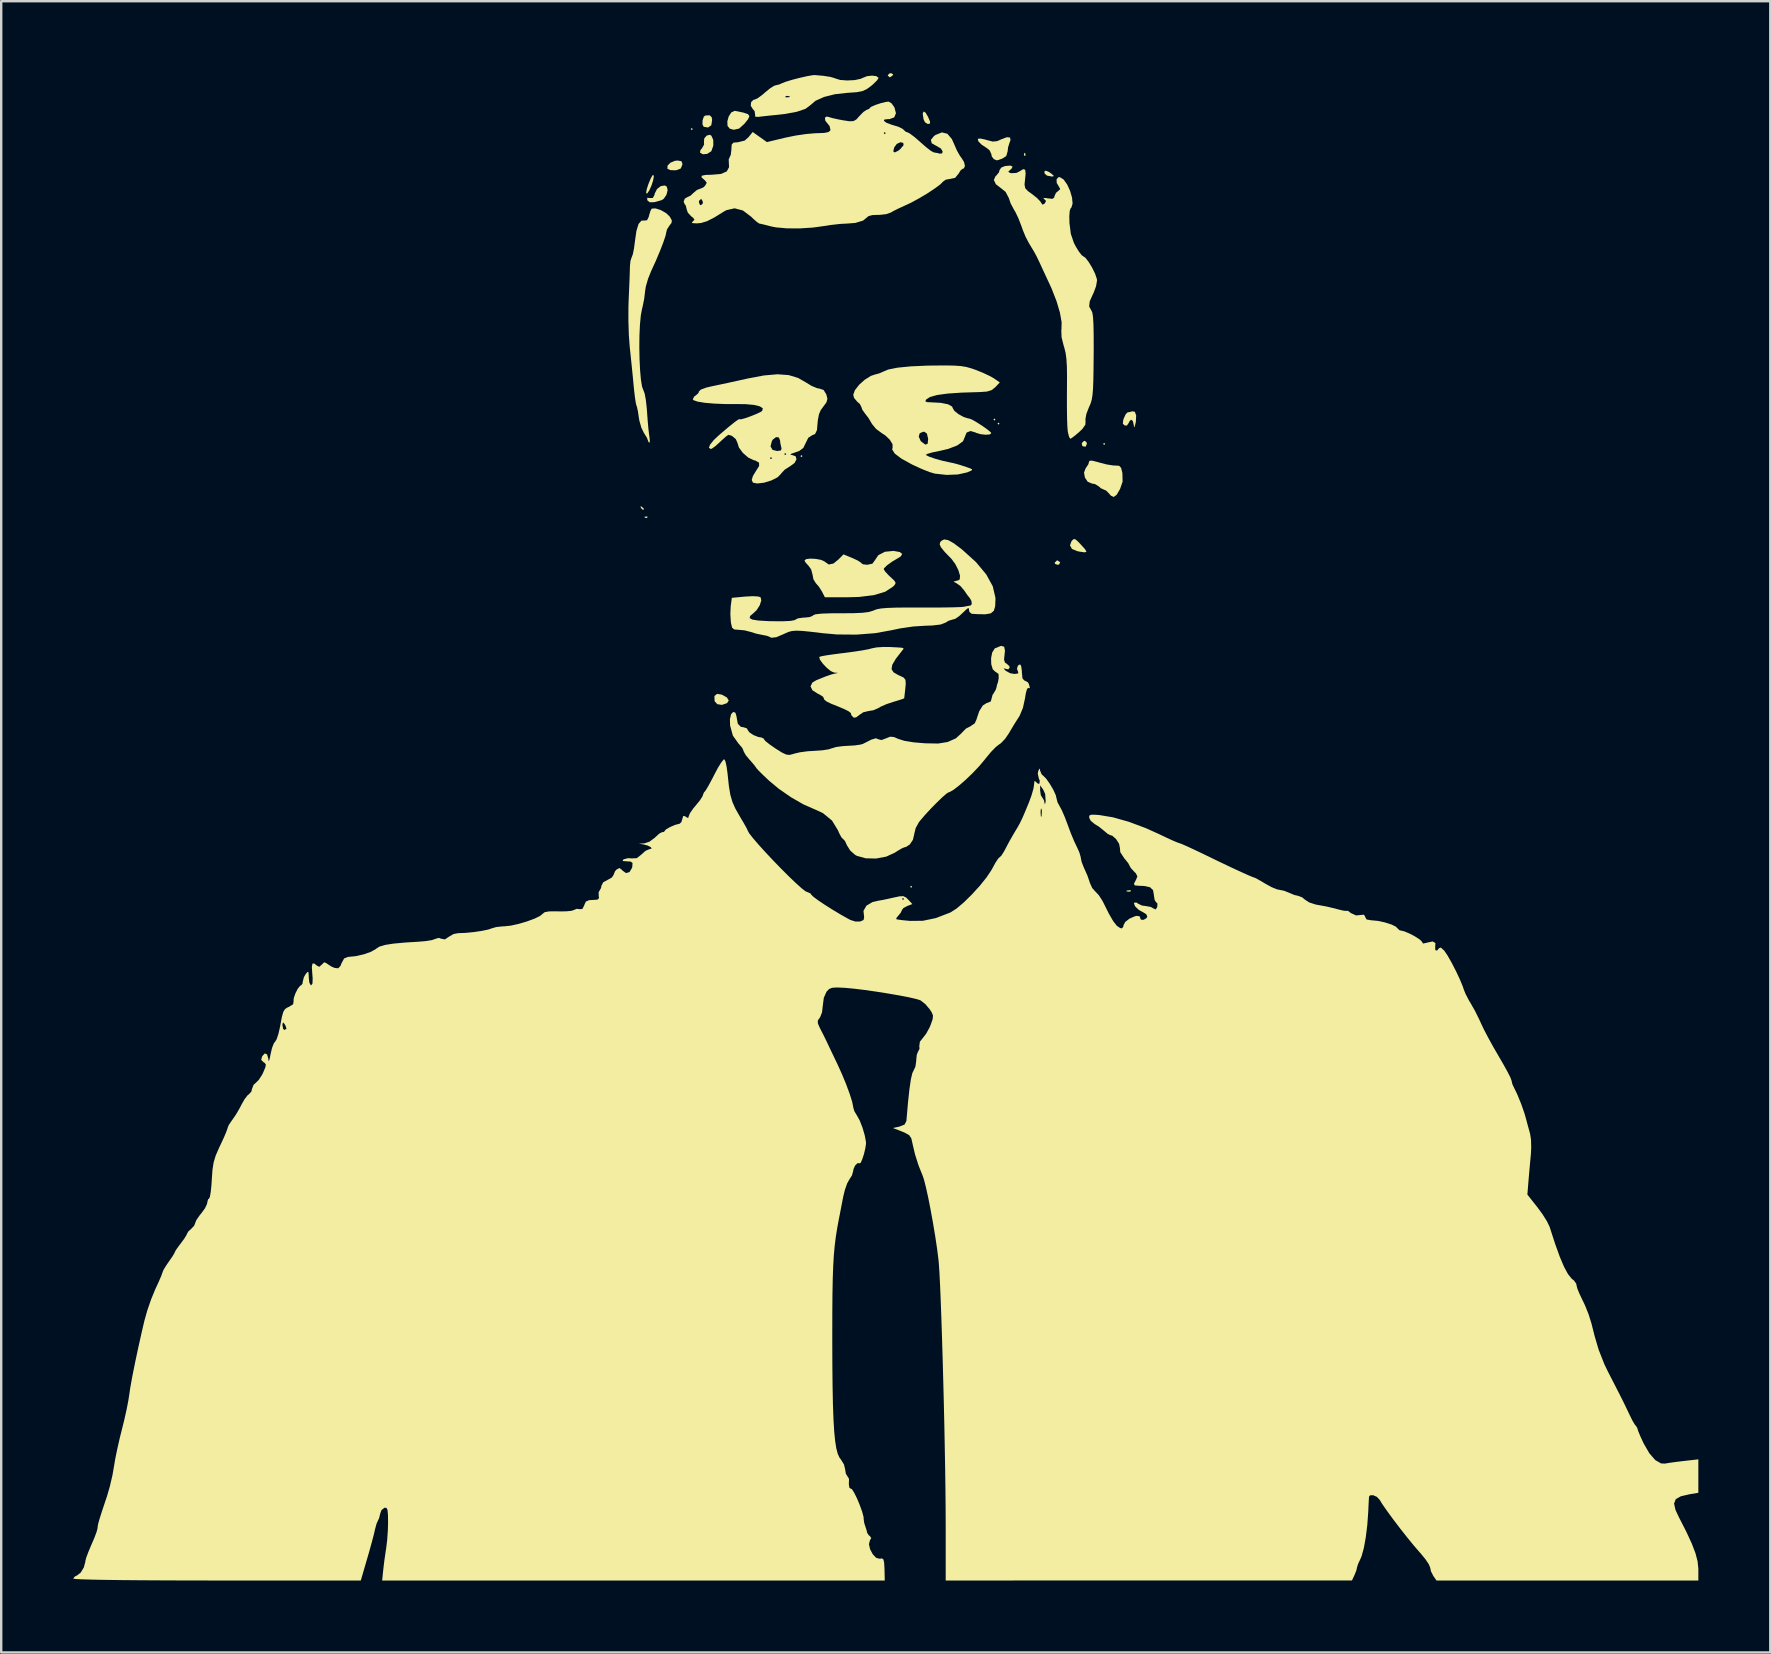
<source format=kicad_pcb>
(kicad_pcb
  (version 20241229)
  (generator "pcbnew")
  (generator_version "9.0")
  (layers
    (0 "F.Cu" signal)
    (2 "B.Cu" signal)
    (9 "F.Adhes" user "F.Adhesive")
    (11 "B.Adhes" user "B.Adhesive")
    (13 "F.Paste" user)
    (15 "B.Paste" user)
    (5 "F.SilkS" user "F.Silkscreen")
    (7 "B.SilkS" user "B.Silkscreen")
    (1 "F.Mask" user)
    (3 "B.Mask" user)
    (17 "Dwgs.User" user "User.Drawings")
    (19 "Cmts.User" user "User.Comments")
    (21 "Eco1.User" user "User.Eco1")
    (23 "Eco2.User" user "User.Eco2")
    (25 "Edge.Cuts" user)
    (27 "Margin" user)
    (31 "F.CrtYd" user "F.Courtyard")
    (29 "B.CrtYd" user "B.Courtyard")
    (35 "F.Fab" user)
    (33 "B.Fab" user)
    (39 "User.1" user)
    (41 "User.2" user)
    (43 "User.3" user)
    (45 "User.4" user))
  (footprint "A"
    (layer "F.Cu")
    (at 33.867 28.956)
    (property "Reference" "A" (at 0 0 0) (layer "F.SilkS") (effects (font (size 1.5 1.5) (thickness 0.3))))
    (attr board_only exclude_from_pos_files exclude_from_bom)
    (fp_poly (pts (xy -8.043 -26.628) (xy -8.086 -26.585) (xy -8.128 -26.628) (xy -8.086 -26.67)) (stroke (width 0) (type solid)) (fill yes) (layer "F.SilkS"))
    (fp_poly (pts (xy -3.471 -12.996) (xy -3.514 -12.954) (xy -3.556 -12.996) (xy -3.514 -13.039)) (stroke (width 0) (type solid)) (fill yes) (layer "F.SilkS"))
    (fp_poly (pts (xy 1.101 4.953) (xy 1.058 4.995) (xy 1.016 4.953) (xy 1.058 4.911)) (stroke (width 0) (type solid)) (fill yes) (layer "F.SilkS"))
    (fp_poly (pts (xy 4.572 -14.52) (xy 4.53 -14.478) (xy 4.487 -14.52) (xy 4.53 -14.563)) (stroke (width 0) (type solid)) (fill yes) (layer "F.SilkS"))
    (fp_poly (pts (xy 4.741 -14.351) (xy 4.699 -14.309) (xy 4.657 -14.351) (xy 4.699 -14.393)) (stroke (width 0) (type solid)) (fill yes) (layer "F.SilkS"))
    (fp_poly (pts (xy 9.144 -13.504) (xy 9.102 -13.462) (xy 9.059 -13.504) (xy 9.102 -13.547)) (stroke (width 0) (type solid)) (fill yes) (layer "F.SilkS"))
    (fp_poly (pts (xy -9.934 -10.47) (xy -9.946 -10.42) (xy -9.991 -10.414) (xy -10.06 -10.445) (xy -10.047 -10.47) (xy -9.947 -10.481)) (stroke (width 0) (type solid)) (fill yes) (layer "F.SilkS"))
    (fp_poly (pts (xy 5.814 -25.626) (xy 5.824 -25.525) (xy 5.814 -25.513) (xy 5.763 -25.525) (xy 5.757 -25.569) (xy 5.788 -25.639)) (stroke (width 0) (type solid)) (fill yes) (layer "F.SilkS"))
    (fp_poly (pts (xy 10.222 5.114) (xy 10.196 5.152) (xy 10.111 5.158) (xy 10.02 5.137) (xy 10.059 5.107) (xy 10.192 5.097)) (stroke (width 0) (type solid)) (fill yes) (layer "F.SilkS"))
    (fp_poly (pts (xy -10.173 -10.888) (xy -10.082 -10.803) (xy -10.101 -10.753) (xy -10.113 -10.753) (xy -10.184 -10.813) (xy -10.21 -10.85) (xy -10.22 -10.908)) (stroke (width 0) (type solid)) (fill yes) (layer "F.SilkS"))
    (fp_poly (pts (xy 0.304 -28.915) (xy 0.296 -28.871) (xy 0.188 -28.79) (xy 0.164 -28.787) (xy 0.087 -28.851) (xy 0.085 -28.871) (xy 0.154 -28.946) (xy 0.217 -28.956)) (stroke (width 0) (type solid)) (fill yes) (layer "F.SilkS"))
    (fp_poly (pts (xy 7.254 -8.583) (xy 7.265 -8.558) (xy 7.224 -8.48) (xy 7.154 -8.467) (xy 7.049 -8.51) (xy 7.044 -8.558) (xy 7.131 -8.645) (xy 7.154 -8.649)) (stroke (width 0) (type solid)) (fill yes) (layer "F.SilkS"))
    (fp_poly (pts (xy 8.373 -13.563) (xy 8.382 -13.504) (xy 8.33 -13.388) (xy 8.213 -13.408) (xy 8.187 -13.431) (xy 8.17 -13.537) (xy 8.255 -13.623) (xy 8.302 -13.631)) (stroke (width 0) (type solid)) (fill yes) (layer "F.SilkS"))
    (fp_poly (pts (xy -7.255 -27.12) (xy -7.236 -27.009) (xy -7.271 -26.786) (xy -7.406 -26.691) (xy -7.587 -26.722) (xy -7.639 -26.82) (xy -7.635 -26.988) (xy -7.585 -27.139) (xy -7.525 -27.191) (xy -7.336 -27.201)) (stroke (width 0) (type solid)) (fill yes) (layer "F.SilkS"))
    (fp_poly (pts (xy 1.661 -27.309) (xy 1.764 -27.132) (xy 1.844 -26.942) (xy 1.846 -26.859) (xy 1.767 -26.84) (xy 1.746 -26.839) (xy 1.635 -26.911) (xy 1.577 -27.03) (xy 1.54 -27.263) (xy 1.575 -27.36)) (stroke (width 0) (type solid)) (fill yes) (layer "F.SilkS"))
    (fp_poly (pts (xy 6.787 -24.846) (xy 6.905 -24.768) (xy 7.004 -24.675) (xy 6.96 -24.647) (xy 6.943 -24.647) (xy 6.755 -24.679) (xy 6.71 -24.694) (xy 6.618 -24.777) (xy 6.616 -24.867) (xy 6.672 -24.892)) (stroke (width 0) (type solid)) (fill yes) (layer "F.SilkS"))
    (fp_poly (pts (xy -6.838 -3.057) (xy -6.624 -2.939) (xy -6.544 -2.813) (xy -6.613 -2.702) (xy -6.614 -2.701) (xy -6.827 -2.628) (xy -7.021 -2.657) (xy -7.133 -2.779) (xy -7.134 -2.785) (xy -7.141 -2.996) (xy -7.032 -3.087)) (stroke (width 0) (type solid)) (fill yes) (layer "F.SilkS"))
    (fp_poly (pts (xy -9.667 -24.654) (xy -9.696 -24.484) (xy -9.766 -24.268) (xy -9.853 -24.075) (xy -9.944 -23.94) (xy -9.986 -23.953) (xy -9.987 -23.971) (xy -9.961 -24.122) (xy -9.894 -24.331) (xy -9.808 -24.54) (xy -9.73 -24.688) (xy -9.692 -24.723)) (stroke (width 0) (type solid)) (fill yes) (layer "F.SilkS"))
    (fp_poly (pts (xy 7.898 -9.532) (xy 8.02 -9.427) (xy 8.119 -9.323) (xy 8.306 -9.116) (xy 8.366 -9.01) (xy 8.289 -8.984) (xy 8.065 -9.018) (xy 7.986 -9.034) (xy 7.76 -9.127) (xy 7.678 -9.277) (xy 7.74 -9.445) (xy 7.819 -9.534)) (stroke (width 0) (type solid)) (fill yes) (layer "F.SilkS"))
    (fp_poly (pts (xy -8.517 -25.289) (xy -8.476 -25.183) (xy -8.482 -25.125) (xy -8.549 -24.979) (xy -8.725 -24.914) (xy -8.776 -24.908) (xy -8.979 -24.916) (xy -9.098 -24.97) (xy -9.099 -24.973) (xy -9.097 -25.101) (xy -8.976 -25.224) (xy -8.784 -25.304) (xy -8.678 -25.315)) (stroke (width 0) (type solid)) (fill yes) (layer "F.SilkS"))
    (fp_poly (pts (xy -6.273 -27.383) (xy -5.932 -27.313) (xy -5.741 -27.248) (xy -5.683 -27.164) (xy -5.739 -27.037) (xy -5.892 -26.846) (xy -6.113 -26.647) (xy -6.334 -26.598) (xy -6.498 -26.641) (xy -6.594 -26.757) (xy -6.603 -26.948) (xy -6.545 -27.155) (xy -6.437 -27.321) (xy -6.296 -27.386)) (stroke (width 0) (type solid)) (fill yes) (layer "F.SilkS"))
    (fp_poly (pts (xy -7.267 -26.351) (xy -7.189 -26.173) (xy -7.188 -25.934) (xy -7.262 -25.723) (xy -7.281 -25.697) (xy -7.438 -25.594) (xy -7.619 -25.575) (xy -7.741 -25.644) (xy -7.724 -25.752) (xy -7.659 -25.826) (xy -7.573 -25.98) (xy -7.578 -26.077) (xy -7.566 -26.234) (xy -7.467 -26.353) (xy -7.336 -26.388)) (stroke (width 0) (type solid)) (fill yes) (layer "F.SilkS"))
    (fp_poly (pts (xy -9.131 -24.233) (xy -9.09 -24.086) (xy -9.139 -23.891) (xy -9.25 -23.723) (xy -9.343 -23.663) (xy -9.65 -23.58) (xy -9.836 -23.575) (xy -9.93 -23.65) (xy -9.938 -23.668) (xy -9.944 -23.763) (xy -9.832 -23.752) (xy -9.709 -23.753) (xy -9.641 -23.88) (xy -9.625 -23.947) (xy -9.533 -24.129) (xy -9.376 -24.249) (xy -9.211 -24.276)) (stroke (width 0) (type solid)) (fill yes) (layer "F.SilkS"))
    (fp_poly (pts (xy 10.383 -14.842) (xy 10.437 -14.689) (xy 10.424 -14.436) (xy 10.407 -14.351) (xy 10.367 -14.204) (xy 10.345 -14.218) (xy 10.339 -14.283) (xy 10.298 -14.459) (xy 10.222 -14.516) (xy 10.148 -14.433) (xy 10.135 -14.392) (xy 10.05 -14.269) (xy 9.963 -14.272) (xy 9.882 -14.341) (xy 9.894 -14.484) (xy 9.921 -14.569) (xy 10.001 -14.742) (xy 10.075 -14.817) (xy 10.077 -14.817) (xy 10.212 -14.844) (xy 10.269 -14.864)) (stroke (width 0) (type solid)) (fill yes) (layer "F.SilkS"))
    (fp_poly (pts (xy 5.183 -26.272) (xy 5.198 -26.156) (xy 5.165 -26.078) (xy 5.098 -25.867) (xy 5.08 -25.7) (xy 5.022 -25.502) (xy 4.863 -25.398) (xy 4.699 -25.34) (xy 4.63 -25.322) (xy 4.55 -25.355) (xy 4.508 -25.371) (xy 4.419 -25.482) (xy 4.403 -25.573) (xy 4.334 -25.732) (xy 4.214 -25.834) (xy 3.997 -25.975) (xy 3.86 -26.114) (xy 3.836 -26.214) (xy 3.842 -26.222) (xy 3.947 -26.231) (xy 4.147 -26.189) (xy 4.219 -26.167) (xy 4.462 -26.105) (xy 4.648 -26.125) (xy 4.815 -26.199) (xy 5.049 -26.288)) (stroke (width 0) (type solid)) (fill yes) (layer "F.SilkS"))
    (fp_poly (pts (xy 8.813 -12.754) (xy 8.911 -12.725) (xy 9.207 -12.649) (xy 9.473 -12.607) (xy 9.581 -12.603) (xy 9.729 -12.592) (xy 9.809 -12.505) (xy 9.86 -12.298) (xy 9.863 -12.278) (xy 9.871 -11.932) (xy 9.765 -11.626) (xy 9.622 -11.382) (xy 9.5 -11.293) (xy 9.379 -11.351) (xy 9.314 -11.429) (xy 9.183 -11.561) (xy 9.093 -11.599) (xy 8.962 -11.658) (xy 8.89 -11.726) (xy 8.724 -11.829) (xy 8.592 -11.853) (xy 8.418 -11.926) (xy 8.301 -12.1) (xy 8.263 -12.31) (xy 8.332 -12.492) (xy 8.341 -12.502) (xy 8.445 -12.658) (xy 8.467 -12.744) (xy 8.493 -12.803) (xy 8.597 -12.807)) (stroke (width 0) (type solid)) (fill yes) (layer "F.SilkS"))
    (fp_poly (pts (xy 0.333 -9.043) (xy 0.585 -8.998) (xy 0.685 -8.92) (xy 0.626 -8.817) (xy 0.541 -8.762) (xy 0.269 -8.601) (xy 0.052 -8.444) (xy -0.071 -8.322) (xy -0.085 -8.286) (xy -0.027 -8.188) (xy 0.118 -8.03) (xy 0.191 -7.962) (xy 0.358 -7.805) (xy 0.412 -7.709) (xy 0.367 -7.622) (xy 0.296 -7.551) (xy -0.026 -7.343) (xy -0.497 -7.202) (xy -1.119 -7.126) (xy -1.622 -7.112) (xy -2.536 -7.112) (xy -2.659 -7.351) (xy -2.79 -7.559) (xy -2.915 -7.7) (xy -3.016 -7.864) (xy -3.048 -8.041) (xy -3.109 -8.273) (xy -3.217 -8.424) (xy -3.343 -8.562) (xy -3.387 -8.649) (xy -3.314 -8.704) (xy -3.136 -8.724) (xy -2.91 -8.711) (xy -2.696 -8.671) (xy -2.553 -8.607) (xy -2.54 -8.594) (xy -2.375 -8.479) (xy -2.183 -8.518) (xy -1.977 -8.683) (xy -1.761 -8.9) (xy -1.389 -8.747) (xy -1.17 -8.645) (xy -1.036 -8.559) (xy -1.016 -8.53) (xy -0.943 -8.485) (xy -0.768 -8.467) (xy -0.556 -8.513) (xy -0.465 -8.638) (xy -0.309 -8.867) (xy -0.036 -9.009) (xy 0.317 -9.044)) (stroke (width 0) (type solid)) (fill yes) (layer "F.SilkS"))
    (fp_poly (pts (xy -2.607 -28.847) (xy -2.309 -28.801) (xy -2.121 -28.746) (xy -2.106 -28.737) (xy -1.9 -28.674) (xy -1.605 -28.652) (xy -1.294 -28.668) (xy -1.04 -28.722) (xy -0.965 -28.758) (xy -0.784 -28.83) (xy -0.574 -28.854) (xy -0.394 -28.833) (xy -0.305 -28.767) (xy -0.303 -28.748) (xy -0.368 -28.651) (xy -0.525 -28.497) (xy -0.619 -28.417) (xy -0.798 -28.288) (xy -0.976 -28.208) (xy -1.208 -28.164) (xy -1.547 -28.14) (xy -1.599 -28.137) (xy -2.114 -28.08) (xy -2.569 -27.966) (xy -2.927 -27.806) (xy -3.151 -27.616) (xy -3.35 -27.468) (xy -3.709 -27.347) (xy -4.22 -27.254) (xy -4.53 -27.219) (xy -4.857 -27.187) (xy -5.138 -27.156) (xy -5.308 -27.135) (xy -5.441 -27.142) (xy -5.445 -27.231) (xy -5.466 -27.375) (xy -5.54 -27.459) (xy -5.626 -27.597) (xy -5.611 -27.752) (xy -5.508 -27.849) (xy -5.463 -27.855) (xy -5.343 -27.909) (xy -5.272 -27.96) (xy -4.197 -27.96) (xy -4.113 -27.947) (xy -4.004 -27.962) (xy -4.002 -27.991) (xy -4.116 -28.011) (xy -4.165 -27.998) (xy -4.197 -27.96) (xy -5.272 -27.96) (xy -5.154 -28.046) (xy -5.032 -28.152) (xy -4.826 -28.321) (xy -4.658 -28.428) (xy -4.597 -28.448) (xy -4.432 -28.488) (xy -4.338 -28.532) (xy -4.173 -28.598) (xy -3.902 -28.68) (xy -3.585 -28.762) (xy -3.28 -28.831) (xy -3.044 -28.872) (xy -2.963 -28.877)) (stroke (width 0) (type solid)) (fill yes) (layer "F.SilkS"))
    (fp_poly (pts (xy 0.177 -5.039) (xy 0.492 -5.023) (xy 0.669 -5.01) (xy 0.738 -4.988) (xy 0.732 -4.95) (xy 0.682 -4.889) (xy 0.417 -4.547) (xy 0.271 -4.298) (xy 0.241 -4.119) (xy 0.324 -3.985) (xy 0.518 -3.872) (xy 0.563 -3.853) (xy 0.74 -3.769) (xy 0.82 -3.675) (xy 0.833 -3.513) (xy 0.816 -3.325) (xy 0.79 -3.086) (xy 0.772 -2.931) (xy 0.768 -2.902) (xy 0.691 -2.87) (xy 0.498 -2.808) (xy 0.31 -2.752) (xy 0.024 -2.656) (xy -0.213 -2.552) (xy -0.304 -2.498) (xy -0.511 -2.405) (xy -0.71 -2.373) (xy -0.938 -2.319) (xy -1.091 -2.215) (xy -1.234 -2.108) (xy -1.333 -2.095) (xy -1.432 -2.191) (xy -1.439 -2.23) (xy -1.462 -2.293) (xy -1.549 -2.361) (xy -1.726 -2.45) (xy -2.019 -2.574) (xy -2.264 -2.671) (xy -2.467 -2.769) (xy -2.573 -2.858) (xy -2.576 -2.889) (xy -2.614 -2.967) (xy -2.768 -3.065) (xy -2.83 -3.093) (xy -3.058 -3.238) (xy -3.135 -3.402) (xy -3.058 -3.559) (xy -2.9 -3.653) (xy -2.666 -3.748) (xy -2.498 -3.816) (xy -2.271 -3.894) (xy -2.159 -3.923) (xy -1.99 -3.96) (xy -2.159 -3.976) (xy -2.294 -4.038) (xy -2.463 -4.177) (xy -2.625 -4.348) (xy -2.742 -4.51) (xy -2.772 -4.618) (xy -2.765 -4.629) (xy -2.666 -4.658) (xy -2.434 -4.699) (xy -2.105 -4.747) (xy -1.757 -4.79) (xy -1.35 -4.842) (xy -0.987 -4.897) (xy -0.712 -4.949) (xy -0.583 -4.983) (xy -0.383 -5.023) (xy -0.086 -5.042)) (stroke (width 0) (type solid)) (fill yes) (layer "F.SilkS"))
    (fp_poly (pts (xy -9.371 -23.247) (xy -9.153 -23.123) (xy -9.006 -22.983) (xy -8.917 -22.822) (xy -8.93 -22.713) (xy -9.006 -22.618) (xy -9.115 -22.45) (xy -9.144 -22.34) (xy -9.178 -22.179) (xy -9.272 -21.902) (xy -9.411 -21.543) (xy -9.581 -21.139) (xy -9.77 -20.726) (xy -9.777 -20.711) (xy -9.907 -20.387) (xy -10.001 -20.062) (xy -10.031 -19.865) (xy -10.068 -19.552) (xy -10.137 -19.212) (xy -10.158 -19.135) (xy -10.209 -18.859) (xy -10.245 -18.478) (xy -10.266 -18.025) (xy -10.271 -17.536) (xy -10.262 -17.044) (xy -10.24 -16.584) (xy -10.205 -16.189) (xy -10.158 -15.894) (xy -10.098 -15.734) (xy -10.097 -15.732) (xy -10.047 -15.597) (xy -10 -15.34) (xy -9.962 -15.005) (xy -9.951 -14.855) (xy -9.923 -14.477) (xy -9.892 -14.131) (xy -9.862 -13.877) (xy -9.853 -13.822) (xy -9.833 -13.636) (xy -9.85 -13.548) (xy -9.854 -13.547) (xy -9.904 -13.612) (xy -9.906 -13.635) (xy -9.952 -13.759) (xy -10.064 -13.939) (xy -10.074 -13.952) (xy -10.185 -14.177) (xy -10.27 -14.476) (xy -10.291 -14.6) (xy -10.328 -14.859) (xy -10.37 -15.048) (xy -10.389 -15.098) (xy -10.418 -15.214) (xy -10.455 -15.454) (xy -10.492 -15.775) (xy -10.505 -15.907) (xy -10.545 -16.33) (xy -10.596 -16.835) (xy -10.648 -17.338) (xy -10.669 -17.526) (xy -10.707 -18.028) (xy -10.726 -18.619) (xy -10.725 -19.221) (xy -10.715 -19.516) (xy -10.696 -19.959) (xy -10.679 -20.367) (xy -10.668 -20.696) (xy -10.662 -20.902) (xy -10.662 -20.91) (xy -10.64 -21.134) (xy -10.59 -21.285) (xy -10.585 -21.292) (xy -10.539 -21.417) (xy -10.492 -21.657) (xy -10.457 -21.93) (xy -10.392 -22.381) (xy -10.302 -22.673) (xy -10.184 -22.81) (xy -10.068 -22.815) (xy -9.951 -22.825) (xy -9.879 -22.966) (xy -9.865 -23.025) (xy -9.808 -23.214) (xy -9.752 -23.312) (xy -9.751 -23.312) (xy -9.593 -23.319)) (stroke (width 0) (type solid)) (fill yes) (layer "F.SilkS"))
    (fp_poly (pts (xy 2.843 -16.769) (xy 3.125 -16.75) (xy 3.354 -16.712) (xy 3.569 -16.652) (xy 3.742 -16.592) (xy 4.06 -16.464) (xy 4.348 -16.328) (xy 4.514 -16.232) (xy 4.753 -16.067) (xy 4.567 -15.87) (xy 4.415 -15.748) (xy 4.217 -15.686) (xy 3.911 -15.665) (xy 3.905 -15.665) (xy 3.159 -15.642) (xy 2.572 -15.602) (xy 2.136 -15.542) (xy 1.844 -15.461) (xy 1.686 -15.358) (xy 1.648 -15.278) (xy 1.733 -15.244) (xy 1.873 -15.239) (xy 2.293 -15.216) (xy 2.597 -15.155) (xy 2.766 -15.06) (xy 2.794 -14.991) (xy 2.864 -14.877) (xy 3.034 -14.743) (xy 3.246 -14.627) (xy 3.439 -14.565) (xy 3.475 -14.563) (xy 3.591 -14.519) (xy 3.785 -14.409) (xy 4.011 -14.265) (xy 4.22 -14.118) (xy 4.364 -13.999) (xy 4.401 -13.949) (xy 4.331 -13.899) (xy 4.161 -13.887) (xy 3.953 -13.91) (xy 3.771 -13.964) (xy 3.735 -13.983) (xy 3.533 -14.042) (xy 3.37 -13.978) (xy 3.302 -13.813) (xy 3.302 -13.809) (xy 3.22 -13.615) (xy 2.982 -13.442) (xy 2.602 -13.296) (xy 2.22 -13.208) (xy 1.934 -13.148) (xy 1.737 -13.091) (xy 1.666 -13.048) (xy 1.669 -13.042) (xy 1.814 -12.971) (xy 2.066 -12.884) (xy 2.367 -12.801) (xy 2.625 -12.744) (xy 2.856 -12.695) (xy 3.093 -12.629) (xy 3.402 -12.526) (xy 3.514 -12.487) (xy 3.604 -12.441) (xy 3.567 -12.392) (xy 3.387 -12.316) (xy 3.387 -12.316) (xy 3.004 -12.231) (xy 2.535 -12.213) (xy 2.049 -12.266) (xy 2.03 -12.27) (xy 1.815 -12.335) (xy 1.508 -12.457) (xy 1.166 -12.613) (xy 1.071 -12.66) (xy 0.644 -12.897) (xy 0.376 -13.101) (xy 0.268 -13.271) (xy 0.285 -13.359) (xy 0.281 -13.497) (xy 0.168 -13.679) (xy 0.033 -13.808) (xy 1.375 -13.808) (xy 1.453 -13.632) (xy 1.483 -13.599) (xy 1.649 -13.476) (xy 1.744 -13.507) (xy 1.766 -13.691) (xy 1.762 -13.737) (xy 1.715 -13.937) (xy 1.61 -14.009) (xy 1.567 -14.012) (xy 1.417 -13.952) (xy 1.375 -13.808) (xy 0.033 -13.808) (xy -0.021 -13.86) (xy -0.173 -13.959) (xy -0.401 -14.126) (xy -0.571 -14.331) (xy -0.585 -14.356) (xy -0.724 -14.59) (xy -0.86 -14.765) (xy -0.977 -14.93) (xy -1.016 -15.044) (xy -1.081 -15.171) (xy -1.185 -15.26) (xy -1.32 -15.418) (xy -1.355 -15.553) (xy -1.286 -15.744) (xy -1.111 -15.968) (xy -0.875 -16.18) (xy -0.623 -16.337) (xy -0.479 -16.388) (xy -0.266 -16.446) (xy -0.127 -16.507) (xy -0.127 -16.508) (xy 0.102 -16.605) (xy 0.491 -16.682) (xy 1.032 -16.736) (xy 1.717 -16.767) (xy 1.964 -16.771) (xy 2.469 -16.775)) (stroke (width 0) (type solid)) (fill yes) (layer "F.SilkS"))
    (fp_poly (pts (xy -4.046 -16.373) (xy -3.653 -16.254) (xy -3.337 -16.072) (xy -3.09 -15.922) (xy -2.863 -15.827) (xy -2.771 -15.812) (xy -2.592 -15.753) (xy -2.477 -15.567) (xy -2.431 -15.384) (xy -2.474 -15.233) (xy -2.596 -15.069) (xy -2.711 -14.911) (xy -2.785 -14.736) (xy -2.831 -14.494) (xy -2.863 -14.137) (xy -2.867 -14.082) (xy -2.947 -13.915) (xy -3.059 -13.87) (xy -3.23 -13.76) (xy -3.334 -13.549) (xy -3.435 -13.338) (xy -3.602 -13.213) (xy -3.768 -13.153) (xy -3.952 -13.088) (xy -3.971 -13.052) (xy -3.916 -13.045) (xy -3.757 -12.99) (xy -3.72 -12.866) (xy -3.799 -12.714) (xy -3.985 -12.574) (xy -4.005 -12.564) (xy -4.216 -12.428) (xy -4.357 -12.273) (xy -4.365 -12.259) (xy -4.505 -12.116) (xy -4.758 -11.985) (xy -5.064 -11.89) (xy -5.355 -11.855) (xy -5.535 -11.889) (xy -5.586 -12.002) (xy -5.535 -12.171) (xy -5.419 -12.361) (xy -5.28 -12.58) (xy -5.28 -12.721) (xy -5.425 -12.807) (xy -5.501 -12.826) (xy -5.682 -12.912) (xy -4.826 -12.912) (xy -4.784 -12.869) (xy -4.741 -12.912) (xy -4.784 -12.954) (xy -4.826 -12.912) (xy -5.682 -12.912) (xy -5.732 -12.935) (xy -5.899 -13.081) (xy -4.233 -13.081) (xy -4.191 -13.039) (xy -4.149 -13.081) (xy -4.191 -13.123) (xy -4.233 -13.081) (xy -5.899 -13.081) (xy -5.956 -13.13) (xy -6.122 -13.358) (xy -6.136 -13.403) (xy -4.804 -13.403) (xy -4.72 -13.256) (xy -4.523 -13.208) (xy -4.366 -13.233) (xy -4.344 -13.321) (xy -4.351 -13.342) (xy -4.396 -13.544) (xy -4.403 -13.638) (xy -4.454 -13.772) (xy -4.572 -13.788) (xy -4.704 -13.688) (xy -4.745 -13.625) (xy -4.804 -13.403) (xy -6.136 -13.403) (xy -6.181 -13.55) (xy -6.25 -13.705) (xy -6.407 -13.838) (xy -6.555 -13.885) (xy -6.637 -13.831) (xy -6.795 -13.693) (xy -6.906 -13.589) (xy -7.096 -13.418) (xy -7.243 -13.311) (xy -7.289 -13.293) (xy -7.37 -13.34) (xy -7.325 -13.471) (xy -7.165 -13.668) (xy -6.956 -13.865) (xy -6.576 -14.189) (xy -6.302 -14.411) (xy -6.141 -14.524) (xy -6.096 -14.533) (xy -6.027 -14.53) (xy -5.854 -14.578) (xy -5.629 -14.657) (xy -5.401 -14.749) (xy -5.221 -14.834) (xy -5.151 -14.881) (xy -5.123 -14.984) (xy -5.243 -15.068) (xy -5.493 -15.13) (xy -5.851 -15.162) (xy -6.132 -15.164) (xy -6.665 -15.165) (xy -7.146 -15.184) (xy -7.547 -15.219) (xy -7.845 -15.268) (xy -8.014 -15.328) (xy -8.043 -15.368) (xy -7.975 -15.49) (xy -7.916 -15.525) (xy -7.804 -15.628) (xy -7.789 -15.686) (xy -7.709 -15.768) (xy -7.481 -15.852) (xy -7.26 -15.904) (xy -6.954 -15.968) (xy -6.543 -16.056) (xy -6.088 -16.156) (xy -5.763 -16.228) (xy -5.076 -16.358) (xy -4.512 -16.407)) (stroke (width 0) (type solid)) (fill yes) (layer "F.SilkS"))
    (fp_poly (pts (xy 2.597 -9.496) (xy 2.829 -9.367) (xy 3.152 -9.125) (xy 3.181 -9.102) (xy 3.76 -8.579) (xy 4.187 -8.067) (xy 4.459 -7.572) (xy 4.569 -7.102) (xy 4.572 -7.023) (xy 4.56 -6.737) (xy 4.504 -6.549) (xy 4.378 -6.443) (xy 4.153 -6.403) (xy 3.802 -6.41) (xy 3.577 -6.426) (xy 3.486 -6.504) (xy 3.471 -6.578) (xy 3.457 -6.666) (xy 3.389 -6.635) (xy 3.306 -6.556) (xy 3.064 -6.33) (xy 2.895 -6.213) (xy 2.771 -6.181) (xy 2.618 -6.133) (xy 2.493 -6.056) (xy 2.291 -5.978) (xy 1.937 -5.936) (xy 1.651 -5.927) (xy 1.147 -5.895) (xy 0.596 -5.815) (xy 0.254 -5.742) (xy -0.436 -5.617) (xy -1.22 -5.556) (xy -2.032 -5.563) (xy -2.625 -5.615) (xy -3.114 -5.674) (xy -3.469 -5.71) (xy -3.722 -5.721) (xy -3.907 -5.707) (xy -4.057 -5.668) (xy -4.205 -5.603) (xy -4.236 -5.587) (xy -4.559 -5.449) (xy -4.769 -5.425) (xy -4.843 -5.464) (xy -4.951 -5.506) (xy -5.132 -5.541) (xy -5.404 -5.598) (xy -5.615 -5.665) (xy -5.879 -5.733) (xy -6.133 -5.757) (xy -6.314 -5.771) (xy -6.404 -5.846) (xy -6.448 -6.029) (xy -6.458 -6.096) (xy -6.477 -6.417) (xy -6.462 -6.74) (xy -6.459 -6.762) (xy -6.415 -7.089) (xy -5.856 -7.142) (xy -5.546 -7.158) (xy -5.315 -7.145) (xy -5.216 -7.113) (xy -5.188 -6.979) (xy -5.251 -6.782) (xy -5.378 -6.58) (xy -5.509 -6.455) (xy -5.651 -6.334) (xy -5.672 -6.245) (xy -5.562 -6.183) (xy -5.309 -6.143) (xy -4.902 -6.119) (xy -4.748 -6.115) (xy -4.311 -6.112) (xy -3.989 -6.126) (xy -3.804 -6.157) (xy -3.769 -6.178) (xy -3.657 -6.234) (xy -3.446 -6.264) (xy -3.389 -6.265) (xy -3.172 -6.287) (xy -3.042 -6.342) (xy -3.031 -6.359) (xy -2.931 -6.403) (xy -2.664 -6.432) (xy -2.231 -6.446) (xy -1.872 -6.446) (xy -1.351 -6.449) (xy -0.973 -6.466) (xy -0.708 -6.499) (xy -0.53 -6.552) (xy -0.498 -6.567) (xy -0.375 -6.613) (xy -0.196 -6.646) (xy 0.065 -6.668) (xy 0.429 -6.681) (xy 0.921 -6.686) (xy 1.419 -6.685) (xy 1.944 -6.684) (xy 2.419 -6.687) (xy 2.815 -6.694) (xy 3.103 -6.704) (xy 3.253 -6.716) (xy 3.26 -6.718) (xy 3.45 -6.757) (xy 3.532 -6.767) (xy 3.586 -6.833) (xy 3.567 -6.97) (xy 3.488 -7.101) (xy 3.476 -7.112) (xy 3.399 -7.207) (xy 3.282 -7.379) (xy 3.274 -7.392) (xy 3.111 -7.583) (xy 2.937 -7.704) (xy 2.827 -7.76) (xy 2.873 -7.783) (xy 2.895 -7.784) (xy 3.045 -7.828) (xy 3.084 -7.864) (xy 3.095 -8.016) (xy 3.025 -8.246) (xy 2.898 -8.497) (xy 2.739 -8.713) (xy 2.72 -8.732) (xy 2.457 -9.003) (xy 2.305 -9.189) (xy 2.247 -9.315) (xy 2.269 -9.409) (xy 2.31 -9.459) (xy 2.432 -9.524)) (stroke (width 0) (type solid)) (fill yes) (layer "F.SilkS"))
    (fp_poly (pts (xy 5.287 -25.062) (xy 5.237 -24.969) (xy 5.2 -24.939) (xy 5.106 -24.854) (xy 5.162 -24.807) (xy 5.233 -24.787) (xy 5.442 -24.798) (xy 5.563 -24.856) (xy 5.727 -24.956) (xy 5.811 -24.932) (xy 5.83 -24.769) (xy 5.809 -24.566) (xy 5.784 -24.315) (xy 5.812 -24.163) (xy 5.926 -24.041) (xy 6.088 -23.924) (xy 6.298 -23.759) (xy 6.443 -23.609) (xy 6.473 -23.558) (xy 6.54 -23.473) (xy 6.627 -23.527) (xy 6.681 -23.631) (xy 6.603 -23.71) (xy 6.565 -23.756) (xy 6.681 -23.751) (xy 6.752 -23.738) (xy 6.946 -23.719) (xy 7.021 -23.77) (xy 7.027 -23.819) (xy 7.094 -23.968) (xy 7.176 -24.036) (xy 7.273 -24.124) (xy 7.219 -24.225) (xy 7.218 -24.226) (xy 7.124 -24.384) (xy 7.12 -24.536) (xy 7.198 -24.621) (xy 7.258 -24.622) (xy 7.414 -24.523) (xy 7.561 -24.316) (xy 7.683 -24.049) (xy 7.764 -23.768) (xy 7.787 -23.521) (xy 7.736 -23.353) (xy 7.706 -23.327) (xy 7.668 -23.221) (xy 7.65 -22.992) (xy 7.656 -22.708) (xy 7.714 -22.255) (xy 7.841 -21.883) (xy 7.916 -21.738) (xy 8.053 -21.515) (xy 8.167 -21.369) (xy 8.214 -21.336) (xy 8.319 -21.265) (xy 8.458 -21.086) (xy 8.603 -20.847) (xy 8.725 -20.597) (xy 8.797 -20.384) (xy 8.805 -20.315) (xy 8.765 -20.077) (xy 8.664 -19.805) (xy 8.636 -19.749) (xy 8.501 -19.447) (xy 8.478 -19.232) (xy 8.565 -19.071) (xy 8.572 -19.062) (xy 8.61 -18.976) (xy 8.638 -18.793) (xy 8.656 -18.496) (xy 8.665 -18.07) (xy 8.667 -17.499) (xy 8.665 -17.184) (xy 8.659 -16.584) (xy 8.651 -16.127) (xy 8.637 -15.787) (xy 8.616 -15.536) (xy 8.585 -15.349) (xy 8.541 -15.199) (xy 8.482 -15.059) (xy 8.466 -15.026) (xy 8.36 -14.753) (xy 8.32 -14.525) (xy 8.327 -14.459) (xy 8.319 -14.306) (xy 8.199 -14.133) (xy 8.061 -14) (xy 7.869 -13.839) (xy 7.729 -13.737) (xy 7.691 -13.72) (xy 7.643 -13.792) (xy 7.595 -13.975) (xy 7.585 -14.034) (xy 7.569 -14.226) (xy 7.557 -14.551) (xy 7.551 -14.971) (xy 7.55 -15.449) (xy 7.552 -15.748) (xy 7.555 -16.308) (xy 7.549 -16.731) (xy 7.529 -17.051) (xy 7.495 -17.3) (xy 7.443 -17.511) (xy 7.418 -17.589) (xy 7.327 -17.952) (xy 7.316 -18.244) (xy 7.323 -18.284) (xy 7.33 -18.577) (xy 7.258 -18.98) (xy 7.116 -19.458) (xy 6.913 -19.977) (xy 6.826 -20.169) (xy 6.668 -20.507) (xy 6.52 -20.826) (xy 6.411 -21.063) (xy 6.402 -21.082) (xy 6.284 -21.327) (xy 6.173 -21.531) (xy 6.163 -21.548) (xy 5.964 -21.877) (xy 5.827 -22.14) (xy 5.716 -22.408) (xy 5.647 -22.603) (xy 5.531 -22.902) (xy 5.405 -23.167) (xy 5.337 -23.28) (xy 5.204 -23.53) (xy 5.131 -23.749) (xy 4.994 -24.009) (xy 4.822 -24.148) (xy 4.591 -24.326) (xy 4.505 -24.502) (xy 4.571 -24.657) (xy 4.601 -24.681) (xy 4.718 -24.824) (xy 4.741 -24.913) (xy 4.816 -25.023) (xy 4.974 -25.086) (xy 5.194 -25.105)) (stroke (width 0) (type solid)) (fill yes) (layer "F.SilkS"))
    (fp_poly (pts (xy 4.935 -5.053) (xy 4.969 -4.883) (xy 4.953 -4.742) (xy 4.93 -4.509) (xy 4.969 -4.39) (xy 5.03 -4.351) (xy 5.147 -4.248) (xy 5.165 -4.185) (xy 5.108 -4.109) (xy 5.016 -4.125) (xy 4.917 -4.155) (xy 4.949 -4.101) (xy 5 -4.049) (xy 5.182 -3.948) (xy 5.366 -3.916) (xy 5.522 -3.938) (xy 5.516 -4) (xy 5.469 -4.131) (xy 5.509 -4.266) (xy 5.597 -4.318) (xy 5.644 -4.243) (xy 5.671 -4.055) (xy 5.673 -3.979) (xy 5.697 -3.736) (xy 5.773 -3.643) (xy 5.791 -3.641) (xy 5.92 -3.572) (xy 5.96 -3.507) (xy 6.008 -3.349) (xy 5.973 -3.319) (xy 5.936 -3.338) (xy 5.887 -3.288) (xy 5.837 -3.11) (xy 5.803 -2.899) (xy 5.718 -2.506) (xy 5.579 -2.172) (xy 5.544 -2.117) (xy 5.374 -1.851) (xy 5.191 -1.546) (xy 5.137 -1.452) (xy 4.974 -1.213) (xy 4.8 -1.031) (xy 4.73 -0.984) (xy 4.584 -0.87) (xy 4.381 -0.66) (xy 4.159 -0.393) (xy 4.116 -0.337) (xy 3.897 -0.075) (xy 3.627 0.209) (xy 3.338 0.487) (xy 3.058 0.732) (xy 2.82 0.915) (xy 2.653 1.009) (xy 2.62 1.016) (xy 2.526 1.074) (xy 2.351 1.228) (xy 2.124 1.447) (xy 1.877 1.699) (xy 1.64 1.955) (xy 1.444 2.183) (xy 1.376 2.27) (xy 1.246 2.51) (xy 1.186 2.754) (xy 1.185 2.773) (xy 1.131 2.997) (xy 1 3.192) (xy 0.836 3.297) (xy 0.796 3.302) (xy 0.684 3.346) (xy 0.49 3.458) (xy 0.381 3.53) (xy 0.022 3.696) (xy -0.404 3.776) (xy -0.832 3.767) (xy -1.201 3.665) (xy -1.276 3.625) (xy -1.481 3.444) (xy -1.619 3.223) (xy -1.622 3.216) (xy -1.703 3.04) (xy -1.777 2.964) (xy -1.779 2.963) (xy -1.849 2.892) (xy -1.945 2.711) (xy -1.99 2.603) (xy -2.239 2.195) (xy -2.62 1.882) (xy -2.949 1.731) (xy -3.423 1.524) (xy -3.946 1.224) (xy -4.461 0.867) (xy -4.86 0.535) (xy -5.101 0.308) (xy -5.29 0.121) (xy -5.394 0.006) (xy -5.404 -0.011) (xy -5.475 -0.111) (xy -5.619 -0.28) (xy -5.679 -0.345) (xy -5.833 -0.532) (xy -5.92 -0.682) (xy -5.927 -0.714) (xy -5.984 -0.838) (xy -6.122 -1.001) (xy -6.136 -1.014) (xy -6.373 -1.347) (xy -6.488 -1.771) (xy -6.495 -2.032) (xy -6.446 -2.24) (xy -6.357 -2.333) (xy -6.267 -2.302) (xy -6.216 -2.134) (xy -6.215 -2.108) (xy -6.167 -1.842) (xy -6.041 -1.713) (xy -5.922 -1.693) (xy -5.787 -1.648) (xy -5.757 -1.587) (xy -5.685 -1.483) (xy -5.516 -1.371) (xy -5.314 -1.29) (xy -5.19 -1.27) (xy -5.089 -1.226) (xy -5.08 -1.197) (xy -5.014 -1.118) (xy -4.841 -0.98) (xy -4.599 -0.812) (xy -4.593 -0.808) (xy -4.328 -0.642) (xy -4.151 -0.558) (xy -4.011 -0.542) (xy -3.857 -0.581) (xy -3.817 -0.595) (xy -3.576 -0.652) (xy -3.245 -0.696) (xy -2.97 -0.712) (xy -2.654 -0.733) (xy -2.387 -0.774) (xy -2.244 -0.819) (xy -2.067 -0.872) (xy -1.792 -0.909) (xy -1.587 -0.921) (xy -1.292 -0.938) (xy -1.051 -0.973) (xy -0.952 -1.002) (xy -0.76 -1.098) (xy -0.604 -1.179) (xy -0.407 -1.237) (xy -0.316 -1.197) (xy -0.178 -1.162) (xy 0.004 -1.23) (xy 0.186 -1.302) (xy 0.348 -1.286) (xy 0.51 -1.214) (xy 0.771 -1.131) (xy 1.159 -1.067) (xy 1.632 -1.027) (xy 2.149 -1.017) (xy 2.191 -1.018) (xy 2.579 -1.08) (xy 2.923 -1.234) (xy 3.164 -1.453) (xy 3.173 -1.467) (xy 3.344 -1.64) (xy 3.517 -1.729) (xy 3.709 -1.858) (xy 3.778 -2.012) (xy 3.895 -2.362) (xy 4.045 -2.603) (xy 4.209 -2.707) (xy 4.236 -2.709) (xy 4.377 -2.771) (xy 4.403 -2.862) (xy 4.45 -3.042) (xy 4.493 -3.105) (xy 4.587 -3.263) (xy 4.614 -3.354) (xy 4.644 -3.486) (xy 4.657 -3.514) (xy 4.679 -3.586) (xy 4.707 -3.736) (xy 4.702 -3.916) (xy 4.588 -3.999) (xy 4.574 -4.003) (xy 4.459 -4.111) (xy 4.397 -4.321) (xy 4.39 -4.573) (xy 4.436 -4.81) (xy 4.537 -4.973) (xy 4.566 -4.992) (xy 4.804 -5.087)) (stroke (width 0) (type solid)) (fill yes) (layer "F.SilkS"))
    (fp_poly (pts (xy 0.239 -27.702) (xy 0.359 -27.535) (xy 0.362 -27.53) (xy 0.425 -27.285) (xy 0.352 -27.113) (xy 0.158 -27.042) (xy 0.109 -27.042) (xy -0.056 -27.026) (xy -0.078 -26.969) (xy 0.028 -26.89) (xy 0.246 -26.807) (xy 0.311 -26.789) (xy 0.551 -26.712) (xy 0.711 -26.631) (xy 0.745 -26.594) (xy 0.845 -26.506) (xy 0.884 -26.501) (xy 0.995 -26.446) (xy 1.188 -26.303) (xy 1.422 -26.101) (xy 1.448 -26.077) (xy 1.683 -25.871) (xy 1.879 -25.72) (xy 1.997 -25.655) (xy 2.003 -25.654) (xy 2.168 -25.625) (xy 2.237 -25.603) (xy 2.349 -25.611) (xy 2.371 -25.692) (xy 2.297 -25.818) (xy 2.117 -25.921) (xy 1.915 -26.036) (xy 1.88 -26.177) (xy 2.012 -26.337) (xy 2.074 -26.381) (xy 2.342 -26.488) (xy 2.569 -26.43) (xy 2.756 -26.208) (xy 2.843 -26.014) (xy 2.963 -25.739) (xy 3.094 -25.507) (xy 3.147 -25.437) (xy 3.261 -25.257) (xy 3.3 -25.09) (xy 3.257 -24.987) (xy 3.216 -24.977) (xy 3.121 -24.908) (xy 3.033 -24.765) (xy 2.891 -24.594) (xy 2.7 -24.553) (xy 2.503 -24.517) (xy 2.396 -24.444) (xy 2.272 -24.32) (xy 2.037 -24.146) (xy 1.731 -23.944) (xy 1.393 -23.742) (xy 1.063 -23.563) (xy 0.844 -23.46) (xy 0.561 -23.331) (xy 0.32 -23.211) (xy 0.213 -23.149) (xy 0.021 -23.081) (xy -0.246 -23.051) (xy -0.323 -23.051) (xy -0.56 -23.041) (xy -0.72 -22.998) (xy -0.746 -22.976) (xy -0.944 -22.813) (xy -1.269 -22.715) (xy -1.582 -22.69) (xy -1.904 -22.673) (xy -2.284 -22.63) (xy -2.498 -22.596) (xy -3.029 -22.522) (xy -3.589 -22.486) (xy -4.125 -22.489) (xy -4.582 -22.53) (xy -4.784 -22.571) (xy -5.036 -22.636) (xy -5.217 -22.678) (xy -5.268 -22.687) (xy -5.358 -22.744) (xy -5.52 -22.885) (xy -5.612 -22.975) (xy -5.956 -23.234) (xy -6.301 -23.324) (xy -6.644 -23.246) (xy -6.766 -23.177) (xy -7.154 -22.936) (xy -7.452 -22.786) (xy -7.698 -22.712) (xy -7.874 -22.696) (xy -8.055 -22.705) (xy -8.083 -22.742) (xy -8.043 -22.774) (xy -7.972 -22.848) (xy -8.031 -22.932) (xy -8.107 -22.989) (xy -8.25 -23.144) (xy -8.297 -23.283) (xy -8.335 -23.442) (xy -8.378 -23.493) (xy -8.416 -23.58) (xy -7.789 -23.58) (xy -7.744 -23.467) (xy -7.705 -23.453) (xy -7.63 -23.521) (xy -7.62 -23.58) (xy -7.666 -23.692) (xy -7.705 -23.707) (xy -7.78 -23.638) (xy -7.789 -23.58) (xy -8.416 -23.58) (xy -8.424 -23.598) (xy -8.376 -23.727) (xy -8.267 -23.791) (xy -8.265 -23.791) (xy -8.139 -23.85) (xy -8.021 -23.961) (xy -7.869 -24.089) (xy -7.758 -24.13) (xy -7.611 -24.19) (xy -7.528 -24.266) (xy -7.461 -24.39) (xy -7.538 -24.492) (xy -7.56 -24.508) (xy -7.68 -24.617) (xy -7.668 -24.683) (xy -7.511 -24.715) (xy -7.255 -24.723) (xy -6.867 -24.756) (xy -6.627 -24.861) (xy -6.531 -25.039) (xy -6.538 -25.177) (xy -6.546 -25.359) (xy -6.508 -25.449) (xy -6.458 -25.557) (xy -6.442 -25.699) (xy 0.312 -25.699) (xy 0.376 -25.651) (xy 0.526 -25.727) (xy 0.607 -25.794) (xy 0.743 -25.955) (xy 0.729 -26.052) (xy 0.606 -26.077) (xy 0.459 -26.007) (xy 0.354 -25.866) (xy 0.312 -25.699) (xy -6.442 -25.699) (xy -6.435 -25.759) (xy -6.435 -25.786) (xy -6.42 -25.983) (xy -6.345 -26.062) (xy -6.163 -26.077) (xy -5.881 -26.146) (xy -5.718 -26.291) (xy -5.546 -26.505) (xy -5.249 -26.294) (xy -4.953 -26.084) (xy -4.191 -26.267) (xy -3.77 -26.354) (xy -3.332 -26.419) (xy -2.957 -26.452) (xy -2.88 -26.454) (xy -2.773 -26.458) (xy -0.085 -26.458) (xy -0.042 -26.416) (xy 0 -26.458) (xy -0.042 -26.501) (xy -0.085 -26.458) (xy -2.773 -26.458) (xy -2.568 -26.466) (xy -2.391 -26.5) (xy -2.314 -26.564) (xy -2.305 -26.593) (xy -2.342 -26.754) (xy -2.409 -26.836) (xy -2.52 -26.975) (xy -2.537 -27.097) (xy -2.465 -27.15) (xy -2.392 -27.134) (xy -2.227 -27.085) (xy -1.965 -27.027) (xy -1.778 -26.992) (xy -1.508 -26.952) (xy -1.345 -26.959) (xy -1.226 -27.027) (xy -1.095 -27.173) (xy -0.933 -27.338) (xy -0.801 -27.427) (xy -0.777 -27.432) (xy -0.683 -27.475) (xy -0.677 -27.496) (xy -0.605 -27.556) (xy -0.426 -27.634) (xy -0.2 -27.708) (xy 0.014 -27.759) (xy 0.119 -27.771)) (stroke (width 0) (type solid)) (fill yes) (layer "F.SilkS"))
    (fp_poly (pts (xy -6.683 -0.274) (xy -6.634 -0.061) (xy -6.594 0.234) (xy -6.59 0.274) (xy -6.538 0.758) (xy -6.477 1.123) (xy -6.39 1.421) (xy -6.264 1.703) (xy -6.084 2.019) (xy -6.084 2.019) (xy -5.926 2.285) (xy -5.81 2.491) (xy -5.758 2.598) (xy -5.757 2.603) (xy -5.7 2.714) (xy -5.542 2.917) (xy -5.307 3.191) (xy -5.016 3.512) (xy -4.691 3.858) (xy -4.355 4.205) (xy -4.029 4.53) (xy -3.736 4.81) (xy -3.499 5.023) (xy -3.338 5.145) (xy -3.29 5.165) (xy -3.144 5.226) (xy -3.106 5.281) (xy -3.019 5.368) (xy -2.818 5.518) (xy -2.535 5.708) (xy -2.203 5.917) (xy -1.856 6.125) (xy -1.527 6.309) (xy -1.474 6.336) (xy -1.263 6.403) (xy -1.063 6.4) (xy -0.925 6.337) (xy -0.9 6.224) (xy -0.901 6.222) (xy -0.929 5.957) (xy -0.805 5.74) (xy -0.548 5.589) (xy -0.296 5.532) (xy -0.118 5.501) (xy 0.071 5.461) (xy 0.677 5.461) (xy 0.72 5.503) (xy 0.762 5.461) (xy 0.72 5.419) (xy 0.677 5.461) (xy 0.071 5.461) (xy 0.149 5.444) (xy 0.317 5.406) (xy 0.58 5.35) (xy 0.737 5.346) (xy 0.848 5.402) (xy 0.935 5.487) (xy 1.108 5.674) (xy 0.893 5.756) (xy 0.734 5.842) (xy 0.677 5.919) (xy 0.623 6.037) (xy 0.54 6.136) (xy 0.445 6.254) (xy 0.434 6.303) (xy 0.528 6.324) (xy 0.744 6.351) (xy 1.016 6.376) (xy 1.551 6.37) (xy 2.091 6.257) (xy 2.688 6.027) (xy 2.705 6.019) (xy 2.951 5.861) (xy 3.258 5.601) (xy 3.591 5.273) (xy 3.918 4.914) (xy 4.202 4.561) (xy 4.409 4.25) (xy 4.443 4.187) (xy 4.576 3.944) (xy 4.687 3.777) (xy 4.744 3.725) (xy 4.818 3.656) (xy 4.929 3.481) (xy 4.991 3.365) (xy 5.156 3.052) (xy 5.34 2.731) (xy 5.379 2.667) (xy 5.499 2.467) (xy 5.595 2.293) (xy 5.689 2.099) (xy 5.791 1.863) (xy 6.454 1.863) (xy 6.463 2.017) (xy 6.485 2.035) (xy 6.493 2.011) (xy 6.506 1.796) (xy 6.493 1.714) (xy 6.468 1.688) (xy 6.455 1.805) (xy 6.454 1.863) (xy 5.791 1.863) (xy 5.801 1.84) (xy 5.954 1.471) (xy 5.961 1.455) (xy 6.075 1.145) (xy 6.155 0.866) (xy 6.177 0.724) (xy 6.435 0.724) (xy 6.435 0.95) (xy 6.463 1.136) (xy 6.519 1.228) (xy 6.593 1.346) (xy 6.618 1.465) (xy 6.634 1.523) (xy 6.659 1.425) (xy 6.665 1.377) (xy 6.645 1.091) (xy 6.567 0.913) (xy 6.435 0.724) (xy 6.177 0.724) (xy 6.182 0.693) (xy 6.195 0.549) (xy 6.24 0.559) (xy 6.262 0.59) (xy 6.358 0.665) (xy 6.406 0.65) (xy 6.42 0.535) (xy 6.381 0.441) (xy 6.335 0.241) (xy 6.357 0.127) (xy 6.408 0.021) (xy 6.427 0.071) (xy 6.429 0.102) (xy 6.495 0.265) (xy 6.549 0.313) (xy 6.681 0.442) (xy 6.838 0.663) (xy 6.986 0.916) (xy 7.088 1.141) (xy 7.112 1.249) (xy 7.159 1.433) (xy 7.245 1.591) (xy 7.338 1.764) (xy 7.458 2.04) (xy 7.58 2.361) (xy 7.585 2.376) (xy 7.714 2.722) (xy 7.85 3.05) (xy 7.961 3.283) (xy 8.067 3.518) (xy 8.125 3.713) (xy 8.128 3.749) (xy 8.165 3.92) (xy 8.256 4.154) (xy 8.285 4.216) (xy 8.405 4.487) (xy 8.494 4.745) (xy 8.503 4.78) (xy 8.603 5.003) (xy 8.734 5.15) (xy 8.876 5.299) (xy 9.026 5.531) (xy 9.072 5.619) (xy 9.299 6.074) (xy 9.482 6.39) (xy 9.635 6.583) (xy 9.77 6.674) (xy 9.842 6.687) (xy 9.899 6.62) (xy 9.906 6.564) (xy 9.979 6.421) (xy 10.159 6.28) (xy 10.389 6.181) (xy 10.456 6.166) (xy 10.587 6.185) (xy 10.602 6.251) (xy 10.638 6.328) (xy 10.748 6.329) (xy 10.861 6.265) (xy 10.901 6.202) (xy 10.859 6.098) (xy 10.735 6.021) (xy 10.542 5.913) (xy 10.398 5.776) (xy 10.344 5.652) (xy 10.361 5.613) (xy 10.458 5.614) (xy 10.517 5.657) (xy 10.674 5.734) (xy 10.837 5.757) (xy 11.043 5.793) (xy 11.156 5.856) (xy 11.249 5.899) (xy 11.315 5.798) (xy 11.324 5.651) (xy 11.276 5.607) (xy 11.208 5.509) (xy 11.176 5.313) (xy 11.176 5.294) (xy 11.14 5.092) (xy 11.014 4.973) (xy 10.769 4.92) (xy 10.562 4.912) (xy 10.381 4.897) (xy 10.343 4.83) (xy 10.427 4.668) (xy 10.433 4.658) (xy 10.487 4.52) (xy 10.425 4.395) (xy 10.348 4.317) (xy 10.214 4.172) (xy 10.16 4.073) (xy 10.107 3.971) (xy 9.977 3.808) (xy 9.941 3.768) (xy 9.775 3.513) (xy 9.759 3.336) (xy 9.725 3.16) (xy 9.602 2.968) (xy 9.442 2.827) (xy 9.339 2.794) (xy 9.243 2.742) (xy 9.092 2.616) (xy 9.089 2.613) (xy 8.882 2.446) (xy 8.703 2.336) (xy 8.543 2.203) (xy 8.48 2.082) (xy 8.48 1.993) (xy 8.55 1.952) (xy 8.728 1.951) (xy 8.903 1.964) (xy 9.472 2.059) (xy 10.132 2.245) (xy 10.84 2.51) (xy 11.392 2.759) (xy 11.722 2.917) (xy 11.996 3.041) (xy 12.179 3.117) (xy 12.231 3.133) (xy 12.33 3.168) (xy 12.551 3.265) (xy 12.863 3.409) (xy 13.235 3.587) (xy 13.328 3.632) (xy 13.875 3.897) (xy 14.366 4.131) (xy 14.782 4.324) (xy 15.102 4.468) (xy 15.305 4.553) (xy 15.368 4.572) (xy 15.455 4.613) (xy 15.641 4.718) (xy 15.82 4.826) (xy 16.077 4.967) (xy 16.302 5.059) (xy 16.404 5.08) (xy 16.601 5.119) (xy 16.818 5.206) (xy 17.03 5.296) (xy 17.195 5.333) (xy 17.353 5.393) (xy 17.476 5.494) (xy 17.65 5.606) (xy 17.915 5.693) (xy 18.018 5.712) (xy 18.361 5.774) (xy 18.725 5.86) (xy 18.817 5.886) (xy 19.047 5.943) (xy 19.193 5.962) (xy 19.219 5.951) (xy 19.272 5.961) (xy 19.379 6.045) (xy 19.6 6.148) (xy 19.76 6.133) (xy 19.926 6.116) (xy 19.98 6.19) (xy 19.981 6.214) (xy 20.04 6.316) (xy 20.233 6.351) (xy 20.256 6.351) (xy 20.522 6.377) (xy 20.813 6.441) (xy 21.078 6.526) (xy 21.264 6.618) (xy 21.318 6.676) (xy 21.416 6.768) (xy 21.449 6.773) (xy 21.608 6.81) (xy 21.83 6.903) (xy 22.062 7.026) (xy 22.253 7.148) (xy 22.349 7.243) (xy 22.352 7.257) (xy 22.395 7.319) (xy 22.547 7.288) (xy 22.571 7.279) (xy 22.796 7.232) (xy 22.908 7.299) (xy 22.9 7.458) (xy 22.902 7.592) (xy 22.98 7.613) (xy 23.058 7.514) (xy 23.132 7.486) (xy 23.272 7.61) (xy 23.28 7.62) (xy 23.412 7.813) (xy 23.581 8.11) (xy 23.761 8.46) (xy 23.926 8.809) (xy 24.049 9.106) (xy 24.089 9.229) (xy 24.168 9.424) (xy 24.303 9.684) (xy 24.385 9.821) (xy 24.562 10.134) (xy 24.74 10.493) (xy 24.811 10.651) (xy 24.932 10.905) (xy 25.115 11.255) (xy 25.335 11.653) (xy 25.539 12.004) (xy 25.745 12.359) (xy 25.915 12.667) (xy 26.031 12.896) (xy 26.077 13.014) (xy 26.077 13.017) (xy 26.116 13.18) (xy 26.159 13.273) (xy 26.321 13.607) (xy 26.489 14.019) (xy 26.628 14.422) (xy 26.668 14.563) (xy 26.752 14.875) (xy 26.836 15.18) (xy 26.854 15.245) (xy 26.893 15.494) (xy 26.902 15.828) (xy 26.888 16.092) (xy 26.851 16.491) (xy 26.811 16.938) (xy 26.788 17.209) (xy 26.741 17.781) (xy 27.159 18.31) (xy 27.375 18.604) (xy 27.555 18.892) (xy 27.664 19.115) (xy 27.671 19.135) (xy 27.898 19.835) (xy 28.096 20.385) (xy 28.273 20.8) (xy 28.435 21.097) (xy 28.59 21.29) (xy 28.68 21.361) (xy 28.778 21.495) (xy 28.787 21.549) (xy 28.823 21.697) (xy 28.913 21.918) (xy 28.948 21.99) (xy 29.144 22.4) (xy 29.291 22.767) (xy 29.414 23.16) (xy 29.537 23.65) (xy 29.54 23.664) (xy 29.713 24.251) (xy 29.952 24.856) (xy 30.091 25.146) (xy 30.353 25.655) (xy 30.555 26.049) (xy 30.713 26.362) (xy 30.844 26.631) (xy 30.967 26.889) (xy 31.003 26.966) (xy 31.122 27.205) (xy 31.221 27.371) (xy 31.263 27.418) (xy 31.326 27.515) (xy 31.327 27.529) (xy 31.361 27.642) (xy 31.452 27.86) (xy 31.581 28.139) (xy 31.59 28.158) (xy 31.826 28.566) (xy 32.072 28.848) (xy 32.314 28.988) (xy 32.477 28.994) (xy 32.639 28.966) (xy 32.912 28.928) (xy 33.238 28.888) (xy 33.253 28.887) (xy 33.867 28.817) (xy 33.867 29.514) (xy 33.867 30.211) (xy 33.507 30.271) (xy 33.139 30.356) (xy 32.926 30.477) (xy 32.855 30.66) (xy 32.915 30.927) (xy 33.058 31.231) (xy 33.369 31.84) (xy 33.596 32.332) (xy 33.748 32.732) (xy 33.835 33.066) (xy 33.866 33.357) (xy 33.867 33.393) (xy 33.867 33.867) (xy 28.41 33.867) (xy 22.954 33.867) (xy 22.822 33.678) (xy 22.721 33.477) (xy 22.691 33.331) (xy 22.636 33.194) (xy 22.492 32.979) (xy 22.288 32.73) (xy 22.254 32.693) (xy 22.023 32.427) (xy 21.746 32.088) (xy 21.448 31.711) (xy 21.157 31.328) (xy 20.898 30.975) (xy 20.697 30.686) (xy 20.583 30.501) (xy 20.468 30.38) (xy 20.314 30.312) (xy 20.185 30.316) (xy 20.142 30.374) (xy 20.134 30.486) (xy 20.122 30.716) (xy 20.11 30.988) (xy 20.071 31.538) (xy 20.008 32.057) (xy 19.927 32.507) (xy 19.833 32.849) (xy 19.779 32.978) (xy 19.686 33.176) (xy 19.643 33.315) (xy 19.643 33.321) (xy 19.61 33.457) (xy 19.537 33.637) (xy 19.431 33.865) (xy 10.964 33.866) (xy 2.498 33.867) (xy 2.498 31.56) (xy 2.495 30.877) (xy 2.488 30.103) (xy 2.476 29.256) (xy 2.46 28.356) (xy 2.442 27.423) (xy 2.42 26.474) (xy 2.396 25.53) (xy 2.371 24.609) (xy 2.344 23.731) (xy 2.317 22.915) (xy 2.29 22.18) (xy 2.263 21.546) (xy 2.237 21.031) (xy 2.212 20.655) (xy 2.198 20.506) (xy 2.139 20.036) (xy 2.06 19.51) (xy 1.968 18.958) (xy 1.869 18.414) (xy 1.77 17.911) (xy 1.675 17.48) (xy 1.592 17.154) (xy 1.531 16.976) (xy 1.367 16.569) (xy 1.221 16.111) (xy 1.124 15.699) (xy 1.119 15.674) (xy 1.066 15.441) (xy 0.974 15.304) (xy 0.79 15.201) (xy 0.679 15.156) (xy 0.3 15.008) (xy 0.573 14.948) (xy 0.783 14.864) (xy 0.86 14.718) (xy 0.861 14.704) (xy 0.924 13.973) (xy 0.985 13.404) (xy 1.045 12.991) (xy 1.106 12.725) (xy 1.165 12.602) (xy 1.235 12.452) (xy 1.269 12.22) (xy 1.27 12.18) (xy 1.292 11.96) (xy 1.345 11.821) (xy 1.358 11.809) (xy 1.409 11.694) (xy 1.397 11.599) (xy 1.422 11.412) (xy 1.537 11.267) (xy 1.684 11.077) (xy 1.828 10.813) (xy 1.871 10.71) (xy 1.954 10.474) (xy 1.969 10.322) (xy 1.913 10.182) (xy 1.831 10.057) (xy 1.653 9.847) (xy 1.46 9.695) (xy 1.437 9.683) (xy 1.263 9.628) (xy 0.956 9.558) (xy 0.551 9.48) (xy 0.085 9.4) (xy -0.408 9.322) (xy -0.891 9.253) (xy -1.33 9.2) (xy -1.688 9.166) (xy -1.73 9.164) (xy -2.045 9.15) (xy -2.24 9.164) (xy -2.362 9.215) (xy -2.458 9.314) (xy -2.469 9.327) (xy -2.582 9.58) (xy -2.623 9.899) (xy -2.656 10.186) (xy -2.738 10.396) (xy -2.757 10.419) (xy -2.832 10.527) (xy -2.831 10.644) (xy -2.75 10.831) (xy -2.719 10.892) (xy -2.586 11.152) (xy -2.471 11.387) (xy -2.451 11.43) (xy -2.37 11.602) (xy -2.239 11.877) (xy -2.082 12.205) (xy -2.027 12.319) (xy -1.833 12.746) (xy -1.654 13.178) (xy -1.506 13.578) (xy -1.402 13.908) (xy -1.356 14.13) (xy -1.355 14.155) (xy -1.306 14.314) (xy -1.2 14.488) (xy -1.083 14.699) (xy -0.967 15) (xy -0.874 15.321) (xy -0.825 15.591) (xy -0.824 15.673) (xy -0.856 15.875) (xy -0.913 16.107) (xy -0.982 16.318) (xy -1.044 16.455) (xy -1.077 16.477) (xy -1.174 16.471) (xy -1.28 16.573) (xy -1.348 16.73) (xy -1.355 16.79) (xy -1.409 16.984) (xy -1.51 17.14) (xy -1.607 17.313) (xy -1.705 17.59) (xy -1.772 17.865) (xy -1.842 18.225) (xy -1.911 18.584) (xy -1.953 18.796) (xy -2.024 19.179) (xy -2.082 19.545) (xy -2.128 19.915) (xy -2.164 20.312) (xy -2.19 20.759) (xy -2.209 21.279) (xy -2.221 21.893) (xy -2.227 22.624) (xy -2.229 23.496) (xy -2.229 23.791) (xy -2.226 24.852) (xy -2.217 25.756) (xy -2.202 26.516) (xy -2.179 27.144) (xy -2.149 27.653) (xy -2.109 28.055) (xy -2.06 28.363) (xy -2 28.589) (xy -1.928 28.746) (xy -1.874 28.817) (xy -1.742 29.028) (xy -1.693 29.232) (xy -1.663 29.418) (xy -1.606 29.508) (xy -1.532 29.629) (xy -1.532 29.661) (xy -1.539 29.857) (xy -1.516 30) (xy -1.473 30.033) (xy -1.469 30.03) (xy -1.407 30.064) (xy -1.31 30.219) (xy -1.196 30.452) (xy -1.083 30.723) (xy -0.987 30.99) (xy -0.926 31.213) (xy -0.916 31.345) (xy -0.899 31.463) (xy -0.856 31.599) (xy -0.797 31.778) (xy -0.779 31.868) (xy -0.714 31.975) (xy -0.669 32.009) (xy -0.605 32.096) (xy -0.661 32.195) (xy -0.701 32.355) (xy -0.652 32.566) (xy -0.541 32.774) (xy -0.399 32.923) (xy -0.256 32.96) (xy -0.157 32.946) (xy -0.099 32.988) (xy -0.068 33.118) (xy -0.053 33.369) (xy -0.049 33.549) (xy -0.042 33.867) (xy -10.516 33.867) (xy -20.989 33.867) (xy -20.944 33.422) (xy -20.901 33.058) (xy -20.844 32.662) (xy -20.821 32.518) (xy -20.781 32.186) (xy -20.752 31.78) (xy -20.743 31.432) (xy -20.748 31.11) (xy -20.767 30.925) (xy -20.808 30.843) (xy -20.881 30.833) (xy -20.892 30.834) (xy -21.017 30.932) (xy -21.069 31.074) (xy -21.117 31.269) (xy -21.165 31.369) (xy -21.225 31.505) (xy -21.284 31.723) (xy -21.29 31.75) (xy -21.337 31.954) (xy -21.421 32.271) (xy -21.527 32.655) (xy -21.614 32.956) (xy -21.88 33.867) (xy -27.873 33.867) (xy -29.026 33.866) (xy -30.077 33.862) (xy -31.017 33.857) (xy -31.837 33.85) (xy -32.531 33.841) (xy -33.088 33.83) (xy -33.502 33.818) (xy -33.764 33.805) (xy -33.866 33.789) (xy -33.867 33.788) (xy -33.797 33.7) (xy -33.71 33.659) (xy -33.555 33.539) (xy -33.424 33.324) (xy -33.36 33.088) (xy -33.359 33.056) (xy -33.325 32.921) (xy -33.237 32.683) (xy -33.114 32.392) (xy -33.105 32.371) (xy -32.979 32.077) (xy -32.888 31.832) (xy -32.851 31.686) (xy -32.851 31.681) (xy -32.843 31.592) (xy -32.814 31.459) (xy -32.755 31.257) (xy -32.66 30.959) (xy -32.519 30.536) (xy -32.457 30.353) (xy -32.338 29.942) (xy -32.231 29.482) (xy -32.174 29.154) (xy -32.117 28.813) (xy -32.027 28.374) (xy -31.919 27.902) (xy -31.84 27.588) (xy -31.733 27.153) (xy -31.637 26.725) (xy -31.567 26.362) (xy -31.536 26.162) (xy -31.488 25.836) (xy -31.406 25.378) (xy -31.294 24.819) (xy -31.161 24.191) (xy -31.012 23.525) (xy -30.898 23.037) (xy -30.775 22.601) (xy -30.612 22.131) (xy -30.443 21.723) (xy -30.435 21.706) (xy -30.298 21.408) (xy -30.195 21.168) (xy -30.144 21.028) (xy -30.141 21.012) (xy -30.095 20.906) (xy -29.977 20.717) (xy -29.887 20.587) (xy -29.742 20.378) (xy -29.65 20.227) (xy -29.633 20.185) (xy -29.585 20.093) (xy -29.462 19.92) (xy -29.379 19.812) (xy -29.23 19.609) (xy -29.139 19.458) (xy -29.125 19.416) (xy -29.064 19.314) (xy -28.956 19.219) (xy -28.825 19.081) (xy -28.787 18.979) (xy -28.734 18.847) (xy -28.602 18.655) (xy -28.533 18.571) (xy -28.377 18.359) (xy -28.287 18.169) (xy -28.279 18.116) (xy -28.247 17.98) (xy -28.204 17.949) (xy -28.168 17.871) (xy -28.132 17.66) (xy -28.102 17.355) (xy -28.091 17.166) (xy -28.062 16.754) (xy -28.013 16.44) (xy -27.927 16.156) (xy -27.785 15.83) (xy -27.742 15.741) (xy -27.6 15.436) (xy -27.492 15.184) (xy -27.436 15.029) (xy -27.432 15.006) (xy -27.383 14.884) (xy -27.262 14.704) (xy -27.239 14.675) (xy -27.085 14.45) (xy -26.918 14.163) (xy -26.857 14.042) (xy -26.724 13.807) (xy -26.597 13.642) (xy -26.541 13.6) (xy -26.438 13.486) (xy -26.416 13.383) (xy -26.348 13.206) (xy -26.262 13.131) (xy -26.134 13.006) (xy -25.995 12.79) (xy -25.949 12.697) (xy -25.857 12.478) (xy -25.837 12.36) (xy -25.888 12.292) (xy -25.934 12.264) (xy -26.031 12.166) (xy -25.99 12.018) (xy -25.989 12.016) (xy -25.882 11.899) (xy -25.788 11.937) (xy -25.734 12.114) (xy -25.729 12.176) (xy -25.712 12.226) (xy -25.679 12.13) (xy -25.642 11.94) (xy -25.58 11.673) (xy -25.504 11.477) (xy -25.453 11.414) (xy -25.386 11.305) (xy -25.31 11.074) (xy -25.241 10.767) (xy -25.235 10.732) (xy -25.145 10.732) (xy -25.114 10.88) (xy -25.061 10.922) (xy -24.98 10.873) (xy -24.978 10.858) (xy -25.02 10.74) (xy -25.061 10.668) (xy -25.123 10.602) (xy -25.144 10.686) (xy -25.145 10.732) (xy -25.235 10.732) (xy -25.229 10.7) (xy -25.167 10.368) (xy -25.108 10.164) (xy -25.034 10.047) (xy -24.926 9.979) (xy -24.876 9.959) (xy -24.7 9.851) (xy -24.683 9.742) (xy -24.676 9.603) (xy -24.608 9.403) (xy -24.508 9.206) (xy -24.406 9.078) (xy -24.365 9.059) (xy -24.31 8.989) (xy -24.299 8.906) (xy -24.25 8.719) (xy -24.175 8.589) (xy -24.094 8.496) (xy -24.059 8.522) (xy -24.049 8.691) (xy -24.048 8.742) (xy -24.023 8.951) (xy -23.964 9.056) (xy -23.949 9.059) (xy -23.894 8.99) (xy -23.886 8.773) (xy -23.9 8.594) (xy -23.92 8.3) (xy -23.895 8.157) (xy -23.819 8.151) (xy -23.718 8.234) (xy -23.612 8.29) (xy -23.508 8.2) (xy -23.504 8.195) (xy -23.401 8.099) (xy -23.295 8.148) (xy -23.277 8.165) (xy -23.097 8.282) (xy -22.964 8.337) (xy -22.82 8.351) (xy -22.729 8.255) (xy -22.68 8.134) (xy -22.574 7.94) (xy -22.413 7.875) (xy -22.381 7.874) (xy -22.082 7.844) (xy -21.752 7.767) (xy -21.455 7.663) (xy -21.253 7.549) (xy -21.235 7.532) (xy -21.1 7.446) (xy -20.866 7.377) (xy -20.515 7.322) (xy -20.028 7.277) (xy -19.485 7.244) (xy -19.169 7.217) (xy -18.917 7.176) (xy -18.78 7.129) (xy -18.774 7.124) (xy -18.623 7.083) (xy -18.531 7.118) (xy -18.373 7.147) (xy -18.217 7.041) (xy -18.013 6.922) (xy -17.813 6.886) (xy -17.52 6.876) (xy -17.175 6.842) (xy -16.837 6.792) (xy -16.561 6.734) (xy -16.421 6.686) (xy -16.241 6.634) (xy -15.981 6.604) (xy -15.902 6.602) (xy -15.633 6.573) (xy -15.303 6.501) (xy -14.957 6.399) (xy -14.644 6.284) (xy -14.408 6.169) (xy -14.301 6.08) (xy -14.214 6.012) (xy -14.03 5.979) (xy -13.716 5.976) (xy -13.637 5.979) (xy -13.335 5.978) (xy -13.105 5.957) (xy -12.993 5.92) (xy -12.991 5.918) (xy -12.879 5.872) (xy -12.78 5.886) (xy -12.648 5.882) (xy -12.573 5.742) (xy -12.567 5.72) (xy -12.499 5.57) (xy -12.361 5.511) (xy -12.215 5.503) (xy -12.019 5.49) (xy -11.951 5.431) (xy -11.963 5.334) (xy -11.966 5.177) (xy -11.93 5.117) (xy -11.865 5.002) (xy -11.853 4.914) (xy -11.774 4.765) (xy -11.599 4.669) (xy -11.423 4.574) (xy -11.345 4.464) (xy -11.345 4.46) (xy -11.285 4.308) (xy -11.216 4.231) (xy -11.096 4.172) (xy -10.991 4.254) (xy -10.974 4.277) (xy -10.825 4.383) (xy -10.68 4.341) (xy -10.576 4.166) (xy -10.564 4.113) (xy -10.554 3.961) (xy -10.634 3.902) (xy -10.786 3.893) (xy -10.95 3.881) (xy -10.963 3.841) (xy -10.922 3.809) (xy -10.745 3.761) (xy -10.58 3.771) (xy -10.377 3.761) (xy -10.192 3.616) (xy -10.178 3.601) (xy -10.009 3.453) (xy -9.854 3.387) (xy -9.847 3.387) (xy -9.758 3.361) (xy -9.795 3.301) (xy -9.926 3.234) (xy -10.075 3.194) (xy -10.287 3.156) (xy -10.061 3.144) (xy -9.845 3.072) (xy -9.621 2.905) (xy -9.601 2.884) (xy -9.438 2.737) (xy -9.319 2.674) (xy -9.297 2.677) (xy -9.231 2.66) (xy -9.229 2.64) (xy -9.159 2.563) (xy -8.991 2.465) (xy -8.79 2.377) (xy -8.617 2.331) (xy -8.594 2.329) (xy -8.518 2.256) (xy -8.481 2.133) (xy -8.442 2.001) (xy -8.361 2.015) (xy -8.333 2.037) (xy -8.236 2.092) (xy -8.213 2.015) (xy -8.16 1.886) (xy -8.024 1.69) (xy -7.916 1.561) (xy -7.748 1.354) (xy -7.641 1.189) (xy -7.62 1.129) (xy -7.575 1.014) (xy -7.556 1.002) (xy -7.493 0.918) (xy -7.376 0.718) (xy -7.226 0.438) (xy -7.154 0.296) (xy -6.996 -0.002) (xy -6.856 -0.228) (xy -6.757 -0.35) (xy -6.731 -0.361)) (stroke (width 0) (type solid)) (fill yes) (layer "F.SilkS")))
  (gr_rect
    (start -3 -3)
    (end 70.733 65.823)
    (stroke (width 0.1) (type default))
    (fill no)
    (layer "Edge.Cuts")))
</source>
